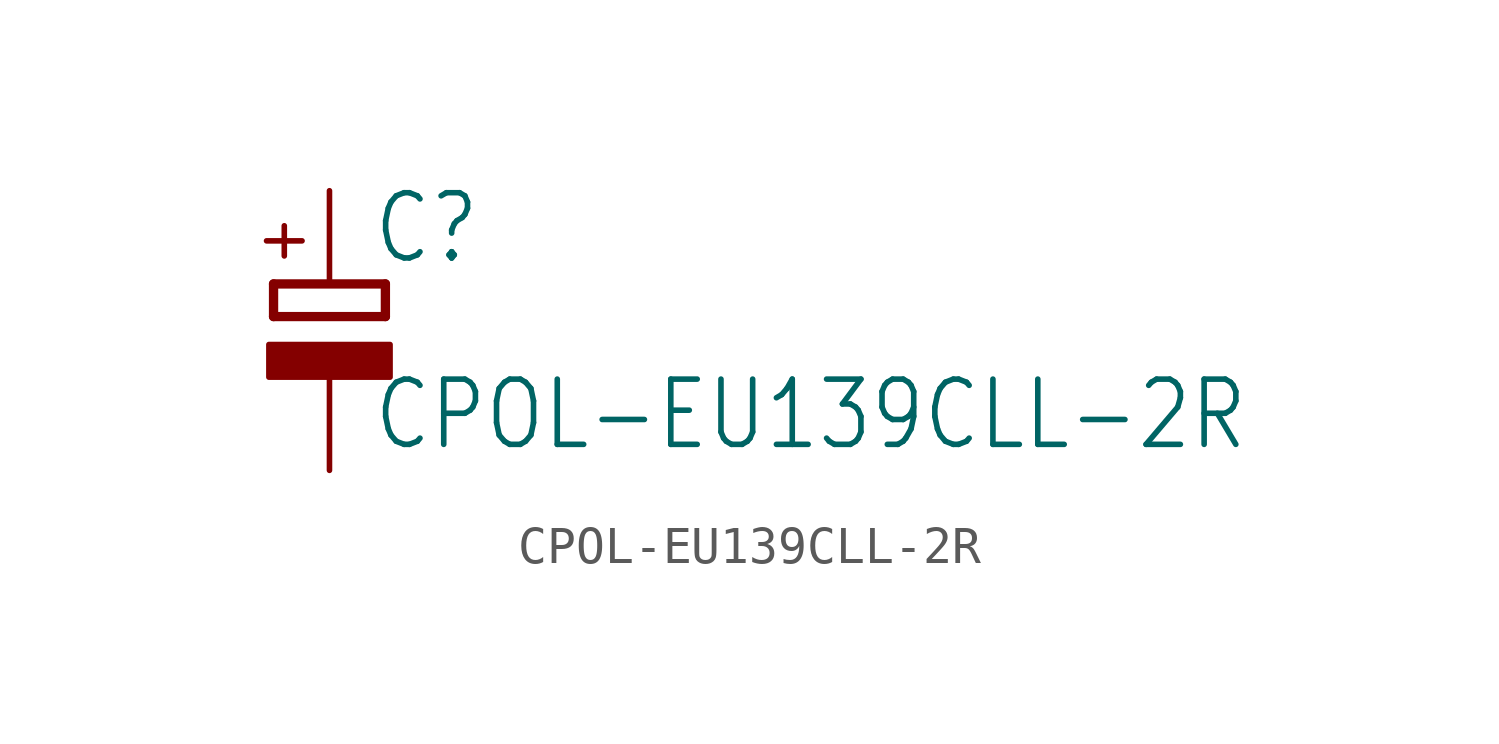
<source format=kicad_sym>
(kicad_symbol_lib
  (version 20211014)
  (generator kicad_symbol_editor)
  (symbol "CPOL-EU139CLL-2R"
    (property "Reference" "C"
      (at 1.143 0.483 0)
      (effects (font (size 1.778 1.511)) (justify left bottom)))
    (property "Value" "CPOL-EU139CLL-2R"
      (at 1.143 -4.597 0)
      (effects (font (size 1.778 1.511)) (justify left bottom)))
    (property "ki_locked" ""
      (at 0 0 0)
      (effects (font (size 1.27 1.27))))
    (symbol "CPOL-EU139CLL-2R_1_0"
      (rectangle (start -1.651 -2.54) (end 1.651 -1.651) (stroke (width 0) (type default) (color 0 0 0 0)) (fill (type outline)))
      (polyline (pts (xy -1.524 -0.889) (xy 1.524 -0.889)) (stroke (width 0.254) (type default) (color 0 0 0 0)) (fill (type none)))
      (polyline (pts (xy -1.524 0) (xy -1.524 -0.889)) (stroke (width 0.254) (type default) (color 0 0 0 0)) (fill (type none)))
      (polyline (pts (xy -1.524 0) (xy 1.524 0)) (stroke (width 0.254) (type default) (color 0 0 0 0)) (fill (type none)))
      (polyline (pts (xy 1.524 -0.889) (xy 1.524 0)) (stroke (width 0.254) (type default) (color 0 0 0 0)) (fill (type none)))
      (text "+" (at -0.584 0.406 900) (effects (font (size 1.27 1.079)) (justify left bottom)))
      (pin passive line (at 0 2.54 270) (length 2.54) (name "+" (effects (font (size 0 0)))) (number "1" (effects (font (size 0 0)))))
      (pin passive line (at 0 -5.08 90) (length 2.54) (name "-" (effects (font (size 0 0)))) (number "2" (effects (font (size 0 0))))))))
</source>
